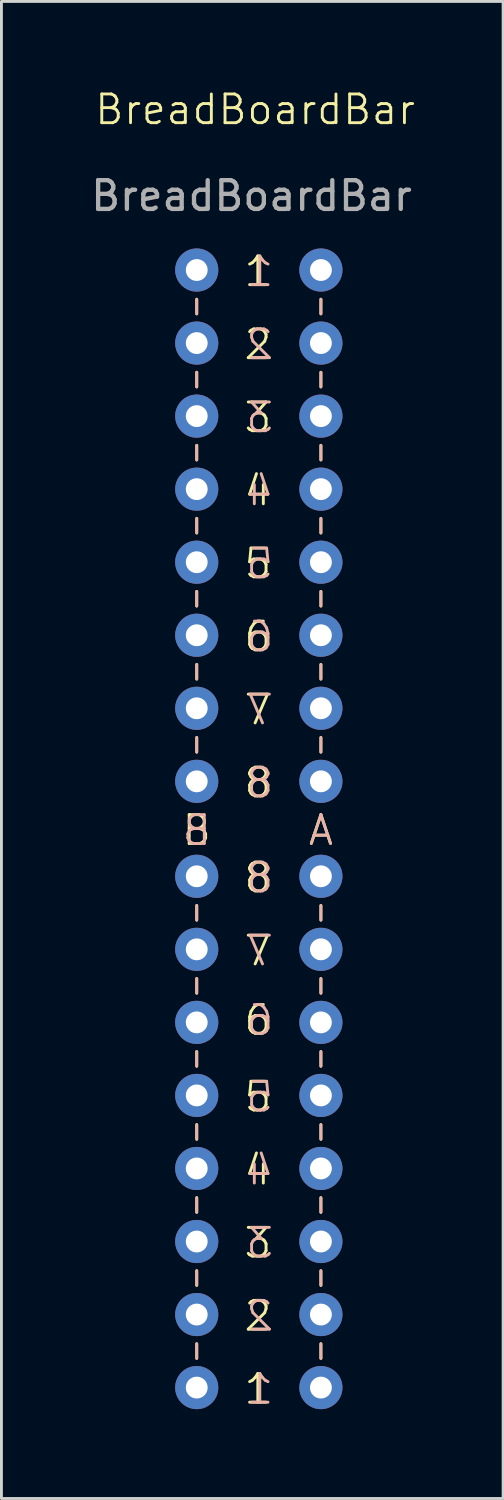
<source format=kicad_pcb>
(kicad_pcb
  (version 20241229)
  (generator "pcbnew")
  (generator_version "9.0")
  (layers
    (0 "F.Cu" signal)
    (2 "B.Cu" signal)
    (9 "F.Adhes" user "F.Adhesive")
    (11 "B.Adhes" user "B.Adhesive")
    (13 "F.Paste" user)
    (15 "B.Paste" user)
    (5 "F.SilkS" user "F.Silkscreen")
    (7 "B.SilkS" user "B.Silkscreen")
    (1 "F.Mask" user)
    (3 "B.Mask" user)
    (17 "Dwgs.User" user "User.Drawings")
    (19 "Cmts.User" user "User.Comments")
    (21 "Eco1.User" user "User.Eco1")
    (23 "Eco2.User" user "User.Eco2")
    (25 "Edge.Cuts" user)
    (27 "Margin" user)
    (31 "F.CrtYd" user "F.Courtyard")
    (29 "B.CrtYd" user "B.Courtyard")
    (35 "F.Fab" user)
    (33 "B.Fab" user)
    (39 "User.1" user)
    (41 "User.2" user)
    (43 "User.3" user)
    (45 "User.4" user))
  (footprint "BreadBoardBar"
    (layer "F.Cu")
    (at 5.823 1.26)
    (property "Reference" "BreadBoardBar" (at 0 -0.5 0) (unlocked yes) (layer "F.SilkS") (effects (font (size 1 1) (thickness 0.1))))
    (attr through_hole)
    (fp_line (start -2.032 6.096) (end -2.032 6.604) (stroke (width 0.1) (type default)) (layer "F.SilkS"))
    (fp_line (start -2.032 8.636) (end -2.032 9.144) (stroke (width 0.1) (type default)) (layer "F.SilkS"))
    (fp_line (start -2.032 11.176) (end -2.032 11.684) (stroke (width 0.1) (type default)) (layer "F.SilkS"))
    (fp_line (start -2.032 13.716) (end -2.032 14.224) (stroke (width 0.1) (type default)) (layer "F.SilkS"))
    (fp_line (start -2.032 16.256) (end -2.032 16.764) (stroke (width 0.1) (type default)) (layer "F.SilkS"))
    (fp_line (start -2.032 18.796) (end -2.032 19.304) (stroke (width 0.1) (type default)) (layer "F.SilkS"))
    (fp_line (start -2.032 21.336) (end -2.032 21.844) (stroke (width 0.1) (type default)) (layer "F.SilkS"))
    (fp_line (start -2.032 27.686) (end -2.032 27.178) (stroke (width 0.1) (type default)) (layer "F.SilkS"))
    (fp_line (start -2.032 30.226) (end -2.032 29.718) (stroke (width 0.1) (type default)) (layer "F.SilkS"))
    (fp_line (start -2.032 32.766) (end -2.032 32.258) (stroke (width 0.1) (type default)) (layer "F.SilkS"))
    (fp_line (start -2.032 35.306) (end -2.032 34.798) (stroke (width 0.1) (type default)) (layer "F.SilkS"))
    (fp_line (start -2.032 37.846) (end -2.032 37.338) (stroke (width 0.1) (type default)) (layer "F.SilkS"))
    (fp_line (start -2.032 40.386) (end -2.032 39.878) (stroke (width 0.1) (type default)) (layer "F.SilkS"))
    (fp_line (start -2.032 42.926) (end -2.032 42.418) (stroke (width 0.1) (type default)) (layer "F.SilkS"))
    (fp_line (start 2.286 6.096) (end 2.286 6.604) (stroke (width 0.1) (type default)) (layer "F.SilkS"))
    (fp_line (start 2.286 8.636) (end 2.286 9.144) (stroke (width 0.1) (type default)) (layer "F.SilkS"))
    (fp_line (start 2.286 11.176) (end 2.286 11.684) (stroke (width 0.1) (type default)) (layer "F.SilkS"))
    (fp_line (start 2.286 13.716) (end 2.286 14.224) (stroke (width 0.1) (type default)) (layer "F.SilkS"))
    (fp_line (start 2.286 16.256) (end 2.286 16.764) (stroke (width 0.1) (type default)) (layer "F.SilkS"))
    (fp_line (start 2.286 18.796) (end 2.286 19.304) (stroke (width 0.1) (type default)) (layer "F.SilkS"))
    (fp_line (start 2.286 21.336) (end 2.286 21.844) (stroke (width 0.1) (type default)) (layer "F.SilkS"))
    (fp_line (start 2.286 27.686) (end 2.286 27.178) (stroke (width 0.1) (type default)) (layer "F.SilkS"))
    (fp_line (start 2.286 30.226) (end 2.286 29.718) (stroke (width 0.1) (type default)) (layer "F.SilkS"))
    (fp_line (start 2.286 32.766) (end 2.286 32.258) (stroke (width 0.1) (type default)) (layer "F.SilkS"))
    (fp_line (start 2.286 35.306) (end 2.286 34.798) (stroke (width 0.1) (type default)) (layer "F.SilkS"))
    (fp_line (start 2.286 37.846) (end 2.286 37.338) (stroke (width 0.1) (type default)) (layer "F.SilkS"))
    (fp_line (start 2.286 40.386) (end 2.286 39.878) (stroke (width 0.1) (type default)) (layer "F.SilkS"))
    (fp_line (start 2.286 42.926) (end 2.286 42.418) (stroke (width 0.1) (type default)) (layer "F.SilkS"))
    (fp_line (start -2.032 6.096) (end -2.032 6.604) (stroke (width 0.1) (type default)) (layer "B.SilkS"))
    (fp_line (start -2.032 8.636) (end -2.032 9.144) (stroke (width 0.1) (type default)) (layer "B.SilkS"))
    (fp_line (start -2.032 11.176) (end -2.032 11.684) (stroke (width 0.1) (type default)) (layer "B.SilkS"))
    (fp_line (start -2.032 13.716) (end -2.032 14.224) (stroke (width 0.1) (type default)) (layer "B.SilkS"))
    (fp_line (start -2.032 16.256) (end -2.032 16.764) (stroke (width 0.1) (type default)) (layer "B.SilkS"))
    (fp_line (start -2.032 18.796) (end -2.032 19.304) (stroke (width 0.1) (type default)) (layer "B.SilkS"))
    (fp_line (start -2.032 21.336) (end -2.032 21.844) (stroke (width 0.1) (type default)) (layer "B.SilkS"))
    (fp_line (start -2.032 27.686) (end -2.032 27.178) (stroke (width 0.1) (type default)) (layer "B.SilkS"))
    (fp_line (start -2.032 30.226) (end -2.032 29.718) (stroke (width 0.1) (type default)) (layer "B.SilkS"))
    (fp_line (start -2.032 32.766) (end -2.032 32.258) (stroke (width 0.1) (type default)) (layer "B.SilkS"))
    (fp_line (start -2.032 35.306) (end -2.032 34.798) (stroke (width 0.1) (type default)) (layer "B.SilkS"))
    (fp_line (start -2.032 37.846) (end -2.032 37.338) (stroke (width 0.1) (type default)) (layer "B.SilkS"))
    (fp_line (start -2.032 40.386) (end -2.032 39.878) (stroke (width 0.1) (type default)) (layer "B.SilkS"))
    (fp_line (start -2.032 42.926) (end -2.032 42.418) (stroke (width 0.1) (type default)) (layer "B.SilkS"))
    (fp_line (start 2.286 6.096) (end 2.286 6.604) (stroke (width 0.1) (type default)) (layer "B.SilkS"))
    (fp_line (start 2.286 8.636) (end 2.286 9.144) (stroke (width 0.1) (type default)) (layer "B.SilkS"))
    (fp_line (start 2.286 11.176) (end 2.286 11.684) (stroke (width 0.1) (type default)) (layer "B.SilkS"))
    (fp_line (start 2.286 13.716) (end 2.286 14.224) (stroke (width 0.1) (type default)) (layer "B.SilkS"))
    (fp_line (start 2.286 16.256) (end 2.286 16.764) (stroke (width 0.1) (type default)) (layer "B.SilkS"))
    (fp_line (start 2.286 18.796) (end 2.286 19.304) (stroke (width 0.1) (type default)) (layer "B.SilkS"))
    (fp_line (start 2.286 21.336) (end 2.286 21.844) (stroke (width 0.1) (type default)) (layer "B.SilkS"))
    (fp_line (start 2.286 27.686) (end 2.286 27.178) (stroke (width 0.1) (type default)) (layer "B.SilkS"))
    (fp_line (start 2.286 30.226) (end 2.286 29.718) (stroke (width 0.1) (type default)) (layer "B.SilkS"))
    (fp_line (start 2.286 32.766) (end 2.286 32.258) (stroke (width 0.1) (type default)) (layer "B.SilkS"))
    (fp_line (start 2.286 35.306) (end 2.286 34.798) (stroke (width 0.1) (type default)) (layer "B.SilkS"))
    (fp_line (start 2.286 37.846) (end 2.286 37.338) (stroke (width 0.1) (type default)) (layer "B.SilkS"))
    (fp_line (start 2.286 40.386) (end 2.286 39.878) (stroke (width 0.1) (type default)) (layer "B.SilkS"))
    (fp_line (start 2.286 42.926) (end 2.286 42.418) (stroke (width 0.1) (type default)) (layer "B.SilkS"))
    (fp_text user "3" (at 0.635 39.497 0) (unlocked yes) (layer "F.SilkS") (effects (font (size 1 1) (thickness 0.1)) (justify right bottom)))
    (fp_text user "A" (at 2.286 25.146 0) (unlocked yes) (layer "F.SilkS") (effects (font (size 1 1) (thickness 0.1)) (justify bottom)))
    (fp_text user "B" (at -2.032 25.146 0) (unlocked yes) (layer "F.SilkS") (effects (font (size 1 1) (thickness 0.1)) (justify bottom)))
    (fp_text user "2" (at 0.635 42.037 0) (unlocked yes) (layer "F.SilkS") (effects (font (size 1 1) (thickness 0.1)) (justify right bottom)))
    (fp_text user "7" (at 0.635 20.955 0) (unlocked yes) (layer "F.SilkS") (effects (font (size 1 1) (thickness 0.1)) (justify right bottom)))
    (fp_text user "8" (at 0.635 26.797 0) (unlocked yes) (layer "F.SilkS") (effects (font (size 1 1) (thickness 0.1)) (justify right bottom)))
    (fp_text user "6" (at 0.635 31.75 0) (unlocked yes) (layer "F.SilkS") (effects (font (size 1 1) (thickness 0.1)) (justify right bottom)))
    (fp_text user "5" (at 0.635 34.417 0) (unlocked yes) (layer "F.SilkS") (effects (font (size 1 1) (thickness 0.1)) (justify right bottom)))
    (fp_text user "1" (at 0.635 44.577 0) (unlocked yes) (layer "F.SilkS") (effects (font (size 1 1) (thickness 0.1)) (justify right bottom)))
    (fp_text user "8" (at 0.635 23.495 0) (unlocked yes) (layer "F.SilkS") (effects (font (size 1 1) (thickness 0.1)) (justify right bottom)))
    (fp_text user "7" (at 0.635 29.337 0) (unlocked yes) (layer "F.SilkS") (effects (font (size 1 1) (thickness 0.1)) (justify right bottom)))
    (fp_text user "4" (at 0.635 36.957 0) (unlocked yes) (layer "F.SilkS") (effects (font (size 1 1) (thickness 0.1)) (justify right bottom)))
    (fp_text user "4" (at 0.635 13.335 0) (unlocked yes) (layer "F.SilkS") (effects (font (size 1 1) (thickness 0.1)) (justify right bottom)))
    (fp_text user "1" (at 0.635 5.715 0) (unlocked yes) (layer "F.SilkS") (effects (font (size 1 1) (thickness 0.1)) (justify right bottom)))
    (fp_text user "2" (at 0.635 8.255 0) (unlocked yes) (layer "F.SilkS") (effects (font (size 1 1) (thickness 0.1)) (justify right bottom)))
    (fp_text user "3" (at 0.635 10.795 0) (unlocked yes) (layer "F.SilkS") (effects (font (size 1 1) (thickness 0.1)) (justify right bottom)))
    (fp_text user "6" (at 0.635 18.415 0) (unlocked yes) (layer "F.SilkS") (effects (font (size 1 1) (thickness 0.1)) (justify right bottom)))
    (fp_text user "5" (at 0.635 15.875 0) (unlocked yes) (layer "F.SilkS") (effects (font (size 1 1) (thickness 0.1)) (justify right bottom)))
    (fp_text user "1" (at -0.381 5.715 0) (unlocked yes) (layer "B.SilkS") (effects (font (size 1 1) (thickness 0.1)) (justify right bottom mirror)))
    (fp_text user "8" (at -0.381 26.797 0) (unlocked yes) (layer "B.SilkS") (effects (font (size 1 1) (thickness 0.1)) (justify right bottom mirror)))
    (fp_text user "4" (at -0.381 13.335 0) (unlocked yes) (layer "B.SilkS") (effects (font (size 1 1) (thickness 0.1)) (justify right bottom mirror)))
    (fp_text user "3" (at -0.381 39.497 0) (unlocked yes) (layer "B.SilkS") (effects (font (size 1 1) (thickness 0.1)) (justify right bottom mirror)))
    (fp_text user "A" (at 2.286 25.146 0) (unlocked yes) (layer "B.SilkS") (effects (font (size 1 1) (thickness 0.1)) (justify bottom mirror)))
    (fp_text user "8" (at -0.381 23.495 0) (unlocked yes) (layer "B.SilkS") (effects (font (size 1 1) (thickness 0.1)) (justify right bottom mirror)))
    (fp_text user "5" (at -0.381 15.875 0) (unlocked yes) (layer "B.SilkS") (effects (font (size 1 1) (thickness 0.1)) (justify right bottom mirror)))
    (fp_text user "B" (at -2.032 25.146 0) (unlocked yes) (layer "B.SilkS") (effects (font (size 1 1) (thickness 0.1)) (justify bottom mirror)))
    (fp_text user "6" (at -0.381 31.75 0) (unlocked yes) (layer "B.SilkS") (effects (font (size 1 1) (thickness 0.1)) (justify right bottom mirror)))
    (fp_text user "3" (at -0.381 10.795 0) (unlocked yes) (layer "B.SilkS") (effects (font (size 1 1) (thickness 0.1)) (justify right bottom mirror)))
    (fp_text user "7" (at -0.381 29.337 0) (unlocked yes) (layer "B.SilkS") (effects (font (size 1 1) (thickness 0.1)) (justify right bottom mirror)))
    (fp_text user "4" (at -0.381 36.957 0) (unlocked yes) (layer "B.SilkS") (effects (font (size 1 1) (thickness 0.1)) (justify right bottom mirror)))
    (fp_text user "2" (at -0.381 42.037 0) (unlocked yes) (layer "B.SilkS") (effects (font (size 1 1) (thickness 0.1)) (justify right bottom mirror)))
    (fp_text user "5" (at -0.381 34.417 0) (unlocked yes) (layer "B.SilkS") (effects (font (size 1 1) (thickness 0.1)) (justify right bottom mirror)))
    (fp_text user "6" (at -0.381 18.415 0) (unlocked yes) (layer "B.SilkS") (effects (font (size 1 1) (thickness 0.1)) (justify right bottom mirror)))
    (fp_text user "2" (at -0.381 8.255 0) (unlocked yes) (layer "B.SilkS") (effects (font (size 1 1) (thickness 0.1)) (justify right bottom mirror)))
    (fp_text user "7" (at -0.381 20.955 0) (unlocked yes) (layer "B.SilkS") (effects (font (size 1 1) (thickness 0.1)) (justify right bottom mirror)))
    (fp_text user "1" (at -0.381 44.577 0) (unlocked yes) (layer "B.SilkS") (effects (font (size 1 1) (thickness 0.1)) (justify right bottom mirror)))
    (fp_text user "${REFERENCE}" (at -0.127 2.5 0) (unlocked yes) (layer "F.Fab") (effects (font (size 1 1) (thickness 0.15))))
    (pad "1" thru_hole circle (at 2.286 5.08 90) (size 1.5 1.5) (drill 0.76) (layers "*.Cu" "*.Mask"))
    (pad "1" thru_hole circle (at 2.286 43.942 270) (size 1.5 1.5) (drill 0.76) (layers "*.Cu" "*.Mask"))
    (pad "2" thru_hole circle (at 2.286 7.62 90) (size 1.5 1.5) (drill 0.76) (layers "*.Cu" "*.Mask"))
    (pad "2" thru_hole circle (at 2.286 41.402 270) (size 1.5 1.5) (drill 0.76) (layers "*.Cu" "*.Mask"))
    (pad "3" thru_hole circle (at 2.286 10.16 90) (size 1.5 1.5) (drill 0.76) (layers "*.Cu" "*.Mask"))
    (pad "3" thru_hole circle (at 2.286 38.862 270) (size 1.5 1.5) (drill 0.76) (layers "*.Cu" "*.Mask"))
    (pad "4" thru_hole circle (at 2.286 12.7 90) (size 1.5 1.5) (drill 0.76) (layers "*.Cu" "*.Mask"))
    (pad "4" thru_hole circle (at 2.286 36.322 270) (size 1.5 1.5) (drill 0.76) (layers "*.Cu" "*.Mask"))
    (pad "5" thru_hole circle (at 2.286 15.24 90) (size 1.5 1.5) (drill 0.76) (layers "*.Cu" "*.Mask"))
    (pad "5" thru_hole circle (at 2.286 33.782 270) (size 1.5 1.5) (drill 0.76) (layers "*.Cu" "*.Mask"))
    (pad "6" thru_hole circle (at 2.286 17.78 90) (size 1.5 1.5) (drill 0.76) (layers "*.Cu" "*.Mask"))
    (pad "6" thru_hole circle (at 2.286 31.242 270) (size 1.5 1.5) (drill 0.76) (layers "*.Cu" "*.Mask"))
    (pad "7" thru_hole circle (at 2.286 20.32 90) (size 1.5 1.5) (drill 0.76) (layers "*.Cu" "*.Mask"))
    (pad "7" thru_hole circle (at 2.286 28.702 270) (size 1.5 1.5) (drill 0.76) (layers "*.Cu" "*.Mask"))
    (pad "8" thru_hole circle (at 2.286 22.86 90) (size 1.5 1.5) (drill 0.76) (layers "*.Cu" "*.Mask"))
    (pad "8" thru_hole circle (at 2.286 26.162 270) (size 1.5 1.5) (drill 0.76) (layers "*.Cu" "*.Mask"))
    (pad "9" thru_hole circle (at -2.032 5.08 90) (size 1.5 1.5) (drill 0.76) (layers "*.Cu" "*.Mask"))
    (pad "9" thru_hole circle (at -2.032 43.942 270) (size 1.5 1.5) (drill 0.76) (layers "*.Cu" "*.Mask"))
    (pad "10" thru_hole circle (at -2.032 7.62 90) (size 1.5 1.5) (drill 0.76) (layers "*.Cu" "*.Mask"))
    (pad "10" thru_hole circle (at -2.032 41.402 270) (size 1.5 1.5) (drill 0.76) (layers "*.Cu" "*.Mask"))
    (pad "11" thru_hole circle (at -2.032 10.16 90) (size 1.5 1.5) (drill 0.76) (layers "*.Cu" "*.Mask"))
    (pad "11" thru_hole circle (at -2.032 38.862 270) (size 1.5 1.5) (drill 0.76) (layers "*.Cu" "*.Mask"))
    (pad "12" thru_hole circle (at -2.032 12.7 90) (size 1.5 1.5) (drill 0.76) (layers "*.Cu" "*.Mask"))
    (pad "12" thru_hole circle (at -2.032 36.322 270) (size 1.5 1.5) (drill 0.76) (layers "*.Cu" "*.Mask"))
    (pad "13" thru_hole circle (at -2.032 15.24 90) (size 1.5 1.5) (drill 0.76) (layers "*.Cu" "*.Mask"))
    (pad "13" thru_hole circle (at -2.032 33.782 270) (size 1.5 1.5) (drill 0.76) (layers "*.Cu" "*.Mask"))
    (pad "14" thru_hole circle (at -2.032 17.78 90) (size 1.5 1.5) (drill 0.76) (layers "*.Cu" "*.Mask"))
    (pad "14" thru_hole circle (at -2.032 31.242 270) (size 1.5 1.5) (drill 0.76) (layers "*.Cu" "*.Mask"))
    (pad "15" thru_hole circle (at -2.032 20.32 90) (size 1.5 1.5) (drill 0.76) (layers "*.Cu" "*.Mask"))
    (pad "15" thru_hole circle (at -2.032 28.702 270) (size 1.5 1.5) (drill 0.76) (layers "*.Cu" "*.Mask"))
    (pad "16" thru_hole circle (at -2.032 22.86 90) (size 1.5 1.5) (drill 0.76) (layers "*.Cu" "*.Mask"))
    (pad "16" thru_hole circle (at -2.032 26.162 270) (size 1.5 1.5) (drill 0.76) (layers "*.Cu" "*.Mask")))
  (gr_rect
    (start -3 -3)
    (end 14.445 49.059)
    (stroke (width 0.1) (type default))
    (fill no)
    (layer "Edge.Cuts")))
</source>
